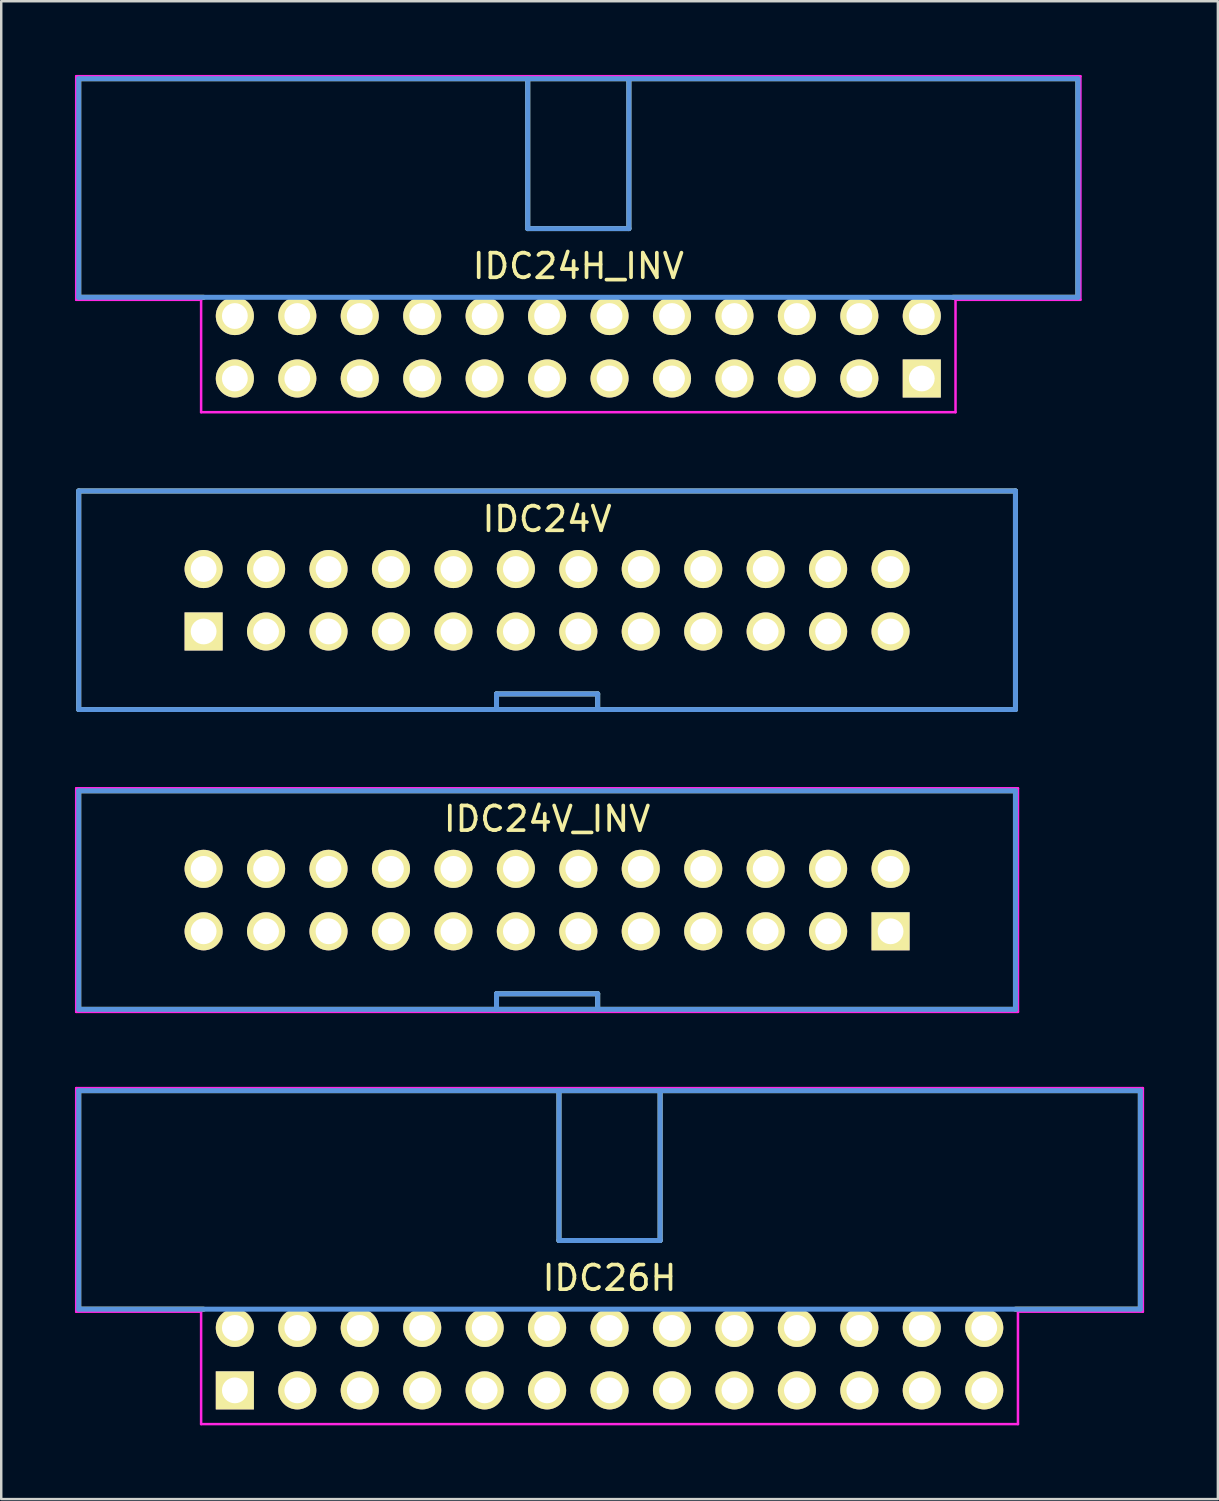
<source format=kicad_pcb>
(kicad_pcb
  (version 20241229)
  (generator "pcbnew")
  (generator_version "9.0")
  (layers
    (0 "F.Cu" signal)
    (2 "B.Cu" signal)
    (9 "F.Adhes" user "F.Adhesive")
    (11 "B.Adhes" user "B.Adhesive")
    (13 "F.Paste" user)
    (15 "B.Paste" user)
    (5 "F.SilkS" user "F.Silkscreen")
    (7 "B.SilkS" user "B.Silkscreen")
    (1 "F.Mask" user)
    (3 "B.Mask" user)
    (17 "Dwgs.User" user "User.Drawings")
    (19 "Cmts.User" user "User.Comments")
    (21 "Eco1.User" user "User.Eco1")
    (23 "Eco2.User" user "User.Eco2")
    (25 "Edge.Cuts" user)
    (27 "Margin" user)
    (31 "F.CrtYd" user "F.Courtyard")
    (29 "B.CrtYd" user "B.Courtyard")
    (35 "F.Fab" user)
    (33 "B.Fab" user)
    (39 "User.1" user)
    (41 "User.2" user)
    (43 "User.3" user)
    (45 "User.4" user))
  (footprint "IDC26H"
    (layer "F.Cu")
    (at 6.502 53.501)
    (property "Reference" "IDC26H" (at 15.24 -4.572 0) (layer "F.SilkS") (effects (font (size 1.001 1.001) (thickness 0.15))))
    (attr through_hole)
    (fp_line (start -6.35 -12.192) (end 36.83 -12.192) (stroke (width 0.203) (type solid)) (layer "F.SilkS"))
    (fp_line (start -6.35 -3.302) (end -6.35 -12.192) (stroke (width 0.203) (type solid)) (layer "F.SilkS"))
    (fp_line (start -6.35 -3.302) (end -1.27 -3.302) (stroke (width 0.203) (type solid)) (layer "F.SilkS"))
    (fp_line (start 13.183 -12.192) (end 13.183 -6.096) (stroke (width 0.203) (type solid)) (layer "F.SilkS"))
    (fp_line (start 13.183 -6.096) (end 17.297 -6.096) (stroke (width 0.203) (type solid)) (layer "F.SilkS"))
    (fp_line (start 17.297 -12.192) (end 17.297 -6.096) (stroke (width 0.203) (type solid)) (layer "F.SilkS"))
    (fp_line (start 36.83 -12.192) (end 36.83 -3.302) (stroke (width 0.203) (type solid)) (layer "F.SilkS"))
    (fp_line (start 36.83 -3.302) (end 31.75 -3.302) (stroke (width 0.203) (type solid)) (layer "F.SilkS"))
    (fp_line (start -6.35 -12.192) (end -6.35 -3.302) (stroke (width 0.203) (type solid)) (layer "Cmts.User"))
    (fp_line (start -6.35 -3.302) (end 36.83 -3.302) (stroke (width 0.203) (type solid)) (layer "Cmts.User"))
    (fp_line (start 13.183 -12.192) (end 13.183 -6.096) (stroke (width 0.203) (type solid)) (layer "Cmts.User"))
    (fp_line (start 13.183 -6.096) (end 17.297 -6.096) (stroke (width 0.203) (type solid)) (layer "Cmts.User"))
    (fp_line (start 17.297 -12.192) (end 17.297 -6.096) (stroke (width 0.203) (type solid)) (layer "Cmts.User"))
    (fp_line (start 36.83 -12.192) (end -6.35 -12.192) (stroke (width 0.203) (type solid)) (layer "Cmts.User"))
    (fp_line (start 36.83 -3.302) (end 36.83 -12.192) (stroke (width 0.203) (type solid)) (layer "Cmts.User"))
    (fp_line (start -6.452 -12.294) (end -6.452 -3.2) (stroke (width 0.102) (type solid)) (layer "F.CrtYd"))
    (fp_line (start -6.452 -3.2) (end -1.372 -3.2) (stroke (width 0.102) (type solid)) (layer "F.CrtYd"))
    (fp_line (start -1.372 -3.2) (end -1.372 1.372) (stroke (width 0.102) (type solid)) (layer "F.CrtYd"))
    (fp_line (start -1.372 1.372) (end 31.852 1.372) (stroke (width 0.102) (type solid)) (layer "F.CrtYd"))
    (fp_line (start 31.852 -3.2) (end 36.932 -3.2) (stroke (width 0.102) (type solid)) (layer "F.CrtYd"))
    (fp_line (start 31.852 1.372) (end 31.852 -3.2) (stroke (width 0.102) (type solid)) (layer "F.CrtYd"))
    (fp_line (start 36.932 -12.294) (end -6.452 -12.294) (stroke (width 0.102) (type solid)) (layer "F.CrtYd"))
    (fp_line (start 36.932 -3.2) (end 36.932 -12.294) (stroke (width 0.102) (type solid)) (layer "F.CrtYd"))
    (pad "1" thru_hole rect (at 0 0) (size 1.549 1.549) (drill 1.049) (layers "*.Cu" "*.Mask" "F.SilkS"))
    (pad "2" thru_hole circle (at 0 -2.54) (size 1.549 1.549) (drill 1.049) (layers "*.Cu" "*.Mask" "F.SilkS"))
    (pad "3" thru_hole circle (at 2.54 0) (size 1.549 1.549) (drill 1.049) (layers "*.Cu" "*.Mask" "F.SilkS"))
    (pad "4" thru_hole circle (at 2.54 -2.54) (size 1.549 1.549) (drill 1.049) (layers "*.Cu" "*.Mask" "F.SilkS"))
    (pad "5" thru_hole circle (at 5.08 0) (size 1.549 1.549) (drill 1.049) (layers "*.Cu" "*.Mask" "F.SilkS"))
    (pad "6" thru_hole circle (at 5.08 -2.54) (size 1.549 1.549) (drill 1.049) (layers "*.Cu" "*.Mask" "F.SilkS"))
    (pad "7" thru_hole circle (at 7.62 0) (size 1.549 1.549) (drill 1.049) (layers "*.Cu" "*.Mask" "F.SilkS"))
    (pad "8" thru_hole circle (at 7.62 -2.54) (size 1.549 1.549) (drill 1.049) (layers "*.Cu" "*.Mask" "F.SilkS"))
    (pad "9" thru_hole circle (at 10.16 0) (size 1.549 1.549) (drill 1.049) (layers "*.Cu" "*.Mask" "F.SilkS"))
    (pad "10" thru_hole circle (at 10.16 -2.54) (size 1.549 1.549) (drill 1.049) (layers "*.Cu" "*.Mask" "F.SilkS"))
    (pad "11" thru_hole circle (at 12.7 0) (size 1.549 1.549) (drill 1.049) (layers "*.Cu" "*.Mask" "F.SilkS"))
    (pad "12" thru_hole circle (at 12.7 -2.54) (size 1.549 1.549) (drill 1.049) (layers "*.Cu" "*.Mask" "F.SilkS"))
    (pad "13" thru_hole circle (at 15.24 0) (size 1.549 1.549) (drill 1.049) (layers "*.Cu" "*.Mask" "F.SilkS"))
    (pad "14" thru_hole circle (at 15.24 -2.54) (size 1.549 1.549) (drill 1.049) (layers "*.Cu" "*.Mask" "F.SilkS"))
    (pad "15" thru_hole circle (at 17.78 0) (size 1.549 1.549) (drill 1.049) (layers "*.Cu" "*.Mask" "F.SilkS"))
    (pad "16" thru_hole circle (at 17.78 -2.54) (size 1.549 1.549) (drill 1.049) (layers "*.Cu" "*.Mask" "F.SilkS"))
    (pad "17" thru_hole circle (at 20.32 0) (size 1.549 1.549) (drill 1.049) (layers "*.Cu" "*.Mask" "F.SilkS"))
    (pad "18" thru_hole circle (at 20.32 -2.54) (size 1.549 1.549) (drill 1.049) (layers "*.Cu" "*.Mask" "F.SilkS"))
    (pad "19" thru_hole circle (at 22.86 0) (size 1.549 1.549) (drill 1.049) (layers "*.Cu" "*.Mask" "F.SilkS"))
    (pad "20" thru_hole circle (at 22.86 -2.54) (size 1.549 1.549) (drill 1.049) (layers "*.Cu" "*.Mask" "F.SilkS"))
    (pad "21" thru_hole circle (at 25.4 0) (size 1.549 1.549) (drill 1.049) (layers "*.Cu" "*.Mask" "F.SilkS"))
    (pad "22" thru_hole circle (at 25.4 -2.54) (size 1.549 1.549) (drill 1.049) (layers "*.Cu" "*.Mask" "F.SilkS"))
    (pad "23" thru_hole circle (at 27.94 0) (size 1.549 1.549) (drill 1.049) (layers "*.Cu" "*.Mask" "F.SilkS"))
    (pad "24" thru_hole circle (at 27.94 -2.54) (size 1.549 1.549) (drill 1.049) (layers "*.Cu" "*.Mask" "F.SilkS"))
    (pad "25" thru_hole circle (at 30.48 0) (size 1.549 1.549) (drill 1.049) (layers "*.Cu" "*.Mask" "F.SilkS"))
    (pad "26" thru_hole circle (at 30.48 -2.54) (size 1.549 1.549) (drill 1.049) (layers "*.Cu" "*.Mask" "F.SilkS")))
  (footprint "IDC24H_INV"
    (layer "F.Cu")
    (at 6.502 12.344)
    (property "Reference" "IDC24H_INV" (at 13.97 -4.572 0) (layer "F.SilkS") (effects (font (size 1.001 1.001) (thickness 0.15))))
    (attr through_hole)
    (fp_line (start -6.35 -12.192) (end 34.29 -12.192) (stroke (width 0.203) (type solid)) (layer "F.SilkS"))
    (fp_line (start -6.35 -3.302) (end -6.35 -12.192) (stroke (width 0.203) (type solid)) (layer "F.SilkS"))
    (fp_line (start -6.35 -3.302) (end -1.27 -3.302) (stroke (width 0.203) (type solid)) (layer "F.SilkS"))
    (fp_line (start 11.913 -12.192) (end 11.913 -6.096) (stroke (width 0.203) (type solid)) (layer "F.SilkS"))
    (fp_line (start 11.913 -6.096) (end 16.027 -6.096) (stroke (width 0.203) (type solid)) (layer "F.SilkS"))
    (fp_line (start 16.027 -12.192) (end 16.027 -6.096) (stroke (width 0.203) (type solid)) (layer "F.SilkS"))
    (fp_line (start 34.29 -12.192) (end 34.29 -3.302) (stroke (width 0.203) (type solid)) (layer "F.SilkS"))
    (fp_line (start 34.29 -3.302) (end 29.21 -3.302) (stroke (width 0.203) (type solid)) (layer "F.SilkS"))
    (fp_line (start -6.35 -12.192) (end -6.35 -3.302) (stroke (width 0.203) (type solid)) (layer "Cmts.User"))
    (fp_line (start -6.35 -3.302) (end 34.29 -3.302) (stroke (width 0.203) (type solid)) (layer "Cmts.User"))
    (fp_line (start 11.913 -12.192) (end 11.913 -6.096) (stroke (width 0.203) (type solid)) (layer "Cmts.User"))
    (fp_line (start 11.913 -6.096) (end 16.027 -6.096) (stroke (width 0.203) (type solid)) (layer "Cmts.User"))
    (fp_line (start 16.027 -12.192) (end 16.027 -6.096) (stroke (width 0.203) (type solid)) (layer "Cmts.User"))
    (fp_line (start 34.29 -12.192) (end -6.35 -12.192) (stroke (width 0.203) (type solid)) (layer "Cmts.User"))
    (fp_line (start 34.29 -3.302) (end 34.29 -12.192) (stroke (width 0.203) (type solid)) (layer "Cmts.User"))
    (fp_line (start -6.452 -12.294) (end -6.452 -3.2) (stroke (width 0.102) (type solid)) (layer "F.CrtYd"))
    (fp_line (start -6.452 -3.2) (end -1.372 -3.2) (stroke (width 0.102) (type solid)) (layer "F.CrtYd"))
    (fp_line (start -1.372 -3.2) (end -1.372 1.372) (stroke (width 0.102) (type solid)) (layer "F.CrtYd"))
    (fp_line (start -1.372 1.372) (end 29.312 1.372) (stroke (width 0.102) (type solid)) (layer "F.CrtYd"))
    (fp_line (start 29.312 -3.2) (end 34.392 -3.2) (stroke (width 0.102) (type solid)) (layer "F.CrtYd"))
    (fp_line (start 29.312 1.372) (end 29.312 -3.2) (stroke (width 0.102) (type solid)) (layer "F.CrtYd"))
    (fp_line (start 34.392 -12.294) (end -6.452 -12.294) (stroke (width 0.102) (type solid)) (layer "F.CrtYd"))
    (fp_line (start 34.392 -3.2) (end 34.392 -12.294) (stroke (width 0.102) (type solid)) (layer "F.CrtYd"))
    (pad "1" thru_hole rect (at 27.94 0) (size 1.549 1.549) (drill 1.049) (layers "*.Cu" "*.Mask" "F.SilkS"))
    (pad "2" thru_hole circle (at 27.94 -2.54) (size 1.549 1.549) (drill 1.049) (layers "*.Cu" "*.Mask" "F.SilkS"))
    (pad "3" thru_hole circle (at 25.4 0) (size 1.549 1.549) (drill 1.049) (layers "*.Cu" "*.Mask" "F.SilkS"))
    (pad "4" thru_hole circle (at 25.4 -2.54) (size 1.549 1.549) (drill 1.049) (layers "*.Cu" "*.Mask" "F.SilkS"))
    (pad "5" thru_hole circle (at 22.86 0) (size 1.549 1.549) (drill 1.049) (layers "*.Cu" "*.Mask" "F.SilkS"))
    (pad "6" thru_hole circle (at 22.86 -2.54) (size 1.549 1.549) (drill 1.049) (layers "*.Cu" "*.Mask" "F.SilkS"))
    (pad "7" thru_hole circle (at 20.32 0) (size 1.549 1.549) (drill 1.049) (layers "*.Cu" "*.Mask" "F.SilkS"))
    (pad "8" thru_hole circle (at 20.32 -2.54) (size 1.549 1.549) (drill 1.049) (layers "*.Cu" "*.Mask" "F.SilkS"))
    (pad "9" thru_hole circle (at 17.78 0) (size 1.549 1.549) (drill 1.049) (layers "*.Cu" "*.Mask" "F.SilkS"))
    (pad "10" thru_hole circle (at 17.78 -2.54) (size 1.549 1.549) (drill 1.049) (layers "*.Cu" "*.Mask" "F.SilkS"))
    (pad "11" thru_hole circle (at 15.24 0) (size 1.549 1.549) (drill 1.049) (layers "*.Cu" "*.Mask" "F.SilkS"))
    (pad "12" thru_hole circle (at 15.24 -2.54) (size 1.549 1.549) (drill 1.049) (layers "*.Cu" "*.Mask" "F.SilkS"))
    (pad "13" thru_hole circle (at 12.7 0) (size 1.549 1.549) (drill 1.049) (layers "*.Cu" "*.Mask" "F.SilkS"))
    (pad "14" thru_hole circle (at 12.7 -2.54) (size 1.549 1.549) (drill 1.049) (layers "*.Cu" "*.Mask" "F.SilkS"))
    (pad "15" thru_hole circle (at 10.16 0) (size 1.549 1.549) (drill 1.049) (layers "*.Cu" "*.Mask" "F.SilkS"))
    (pad "16" thru_hole circle (at 10.16 -2.54) (size 1.549 1.549) (drill 1.049) (layers "*.Cu" "*.Mask" "F.SilkS"))
    (pad "17" thru_hole circle (at 7.62 0) (size 1.549 1.549) (drill 1.049) (layers "*.Cu" "*.Mask" "F.SilkS"))
    (pad "18" thru_hole circle (at 7.62 -2.54) (size 1.549 1.549) (drill 1.049) (layers "*.Cu" "*.Mask" "F.SilkS"))
    (pad "19" thru_hole circle (at 5.08 0) (size 1.549 1.549) (drill 1.049) (layers "*.Cu" "*.Mask" "F.SilkS"))
    (pad "20" thru_hole circle (at 5.08 -2.54) (size 1.549 1.549) (drill 1.049) (layers "*.Cu" "*.Mask" "F.SilkS"))
    (pad "21" thru_hole circle (at 2.54 0) (size 1.549 1.549) (drill 1.049) (layers "*.Cu" "*.Mask" "F.SilkS"))
    (pad "22" thru_hole circle (at 2.54 -2.54) (size 1.549 1.549) (drill 1.049) (layers "*.Cu" "*.Mask" "F.SilkS"))
    (pad "23" thru_hole circle (at 0 0) (size 1.549 1.549) (drill 1.049) (layers "*.Cu" "*.Mask" "F.SilkS"))
    (pad "24" thru_hole circle (at 0 -2.54) (size 1.549 1.549) (drill 1.049) (layers "*.Cu" "*.Mask" "F.SilkS")))
  (footprint "IDC24V"
    (layer "F.Cu")
    (at 5.232 22.634)
    (property "Reference" "IDC24V" (at 13.97 -4.572 0) (layer "F.SilkS") (effects (font (size 1.001 1.001) (thickness 0.15))))
    (attr through_hole)
    (fp_line (start -5.08 -5.715) (end 33.02 -5.715) (stroke (width 0.203) (type solid)) (layer "F.SilkS"))
    (fp_line (start -5.08 3.175) (end -5.08 -5.715) (stroke (width 0.203) (type solid)) (layer "F.SilkS"))
    (fp_line (start 11.913 2.54) (end 16.027 2.54) (stroke (width 0.203) (type solid)) (layer "F.SilkS"))
    (fp_line (start 11.913 3.175) (end 11.913 2.54) (stroke (width 0.203) (type solid)) (layer "F.SilkS"))
    (fp_line (start 16.027 3.175) (end 16.027 2.54) (stroke (width 0.203) (type solid)) (layer "F.SilkS"))
    (fp_line (start 33.02 -5.715) (end 33.02 3.175) (stroke (width 0.203) (type solid)) (layer "F.SilkS"))
    (fp_line (start 33.02 3.175) (end -5.08 3.175) (stroke (width 0.203) (type solid)) (layer "F.SilkS"))
    (fp_line (start -5.08 -5.715) (end 33.02 -5.715) (stroke (width 0.203) (type solid)) (layer "Cmts.User"))
    (fp_line (start -5.08 3.175) (end -5.08 -5.715) (stroke (width 0.203) (type solid)) (layer "Cmts.User"))
    (fp_line (start 11.913 2.54) (end 16.027 2.54) (stroke (width 0.203) (type solid)) (layer "Cmts.User"))
    (fp_line (start 11.913 3.175) (end 11.913 2.54) (stroke (width 0.203) (type solid)) (layer "Cmts.User"))
    (fp_line (start 16.027 3.175) (end 16.027 2.54) (stroke (width 0.203) (type solid)) (layer "Cmts.User"))
    (fp_line (start 33.02 -5.715) (end 33.02 3.175) (stroke (width 0.203) (type solid)) (layer "Cmts.User"))
    (fp_line (start 33.02 3.175) (end -5.08 3.175) (stroke (width 0.203) (type solid)) (layer "Cmts.User"))
    (fp_line (start -5.182 -5.817) (end 33.122 -5.817) (stroke (width 0.102) (type solid)) (layer "Eco1.User"))
    (fp_line (start -5.182 3.277) (end -5.182 -5.817) (stroke (width 0.102) (type solid)) (layer "Eco1.User"))
    (fp_line (start 33.122 -5.817) (end 33.122 3.277) (stroke (width 0.102) (type solid)) (layer "Eco1.User"))
    (fp_line (start 33.122 3.277) (end -5.182 3.277) (stroke (width 0.102) (type solid)) (layer "Eco1.User"))
    (pad "1" thru_hole rect (at 0 0) (size 1.549 1.549) (drill 1.049) (layers "*.Cu" "*.Mask" "F.SilkS"))
    (pad "2" thru_hole circle (at 0 -2.54) (size 1.549 1.549) (drill 1.049) (layers "*.Cu" "*.Mask" "F.SilkS"))
    (pad "3" thru_hole circle (at 2.54 0) (size 1.549 1.549) (drill 1.049) (layers "*.Cu" "*.Mask" "F.SilkS"))
    (pad "4" thru_hole circle (at 2.54 -2.54) (size 1.549 1.549) (drill 1.049) (layers "*.Cu" "*.Mask" "F.SilkS"))
    (pad "5" thru_hole circle (at 5.08 0) (size 1.549 1.549) (drill 1.049) (layers "*.Cu" "*.Mask" "F.SilkS"))
    (pad "6" thru_hole circle (at 5.08 -2.54) (size 1.549 1.549) (drill 1.049) (layers "*.Cu" "*.Mask" "F.SilkS"))
    (pad "7" thru_hole circle (at 7.62 0) (size 1.549 1.549) (drill 1.049) (layers "*.Cu" "*.Mask" "F.SilkS"))
    (pad "8" thru_hole circle (at 7.62 -2.54) (size 1.549 1.549) (drill 1.049) (layers "*.Cu" "*.Mask" "F.SilkS"))
    (pad "9" thru_hole circle (at 10.16 0) (size 1.549 1.549) (drill 1.049) (layers "*.Cu" "*.Mask" "F.SilkS"))
    (pad "10" thru_hole circle (at 10.16 -2.54) (size 1.549 1.549) (drill 1.049) (layers "*.Cu" "*.Mask" "F.SilkS"))
    (pad "11" thru_hole circle (at 12.7 0) (size 1.549 1.549) (drill 1.049) (layers "*.Cu" "*.Mask" "F.SilkS"))
    (pad "12" thru_hole circle (at 12.7 -2.54) (size 1.549 1.549) (drill 1.049) (layers "*.Cu" "*.Mask" "F.SilkS"))
    (pad "13" thru_hole circle (at 15.24 0) (size 1.549 1.549) (drill 1.049) (layers "*.Cu" "*.Mask" "F.SilkS"))
    (pad "14" thru_hole circle (at 15.24 -2.54) (size 1.549 1.549) (drill 1.049) (layers "*.Cu" "*.Mask" "F.SilkS"))
    (pad "15" thru_hole circle (at 17.78 0) (size 1.549 1.549) (drill 1.049) (layers "*.Cu" "*.Mask" "F.SilkS"))
    (pad "16" thru_hole circle (at 17.78 -2.54) (size 1.549 1.549) (drill 1.049) (layers "*.Cu" "*.Mask" "F.SilkS"))
    (pad "17" thru_hole circle (at 20.32 0) (size 1.549 1.549) (drill 1.049) (layers "*.Cu" "*.Mask" "F.SilkS"))
    (pad "18" thru_hole circle (at 20.32 -2.54) (size 1.549 1.549) (drill 1.049) (layers "*.Cu" "*.Mask" "F.SilkS"))
    (pad "19" thru_hole circle (at 22.86 0) (size 1.549 1.549) (drill 1.049) (layers "*.Cu" "*.Mask" "F.SilkS"))
    (pad "20" thru_hole circle (at 22.86 -2.54) (size 1.549 1.549) (drill 1.049) (layers "*.Cu" "*.Mask" "F.SilkS"))
    (pad "21" thru_hole circle (at 25.4 0) (size 1.549 1.549) (drill 1.049) (layers "*.Cu" "*.Mask" "F.SilkS"))
    (pad "22" thru_hole circle (at 25.4 -2.54) (size 1.549 1.549) (drill 1.049) (layers "*.Cu" "*.Mask" "F.SilkS"))
    (pad "23" thru_hole circle (at 27.94 0) (size 1.549 1.549) (drill 1.049) (layers "*.Cu" "*.Mask" "F.SilkS"))
    (pad "24" thru_hole circle (at 27.94 -2.54) (size 1.549 1.549) (drill 1.049) (layers "*.Cu" "*.Mask" "F.SilkS")))
  (footprint "IDC24V_INV"
    (layer "F.Cu")
    (at 5.232 34.829)
    (property "Reference" "IDC24V_INV" (at 13.97 -4.572 0) (layer "F.SilkS") (effects (font (size 1.001 1.001) (thickness 0.15))))
    (attr through_hole)
    (fp_line (start -5.08 -5.715) (end 33.02 -5.715) (stroke (width 0.203) (type solid)) (layer "F.SilkS"))
    (fp_line (start -5.08 3.175) (end -5.08 -5.715) (stroke (width 0.203) (type solid)) (layer "F.SilkS"))
    (fp_line (start 11.913 2.54) (end 16.027 2.54) (stroke (width 0.203) (type solid)) (layer "F.SilkS"))
    (fp_line (start 11.913 3.175) (end 11.913 2.54) (stroke (width 0.203) (type solid)) (layer "F.SilkS"))
    (fp_line (start 16.027 3.175) (end 16.027 2.54) (stroke (width 0.203) (type solid)) (layer "F.SilkS"))
    (fp_line (start 33.02 -5.715) (end 33.02 3.175) (stroke (width 0.203) (type solid)) (layer "F.SilkS"))
    (fp_line (start 33.02 3.175) (end -5.08 3.175) (stroke (width 0.203) (type solid)) (layer "F.SilkS"))
    (fp_line (start -5.08 -5.715) (end 33.02 -5.715) (stroke (width 0.203) (type solid)) (layer "Cmts.User"))
    (fp_line (start -5.08 3.175) (end -5.08 -5.715) (stroke (width 0.203) (type solid)) (layer "Cmts.User"))
    (fp_line (start 11.913 2.54) (end 16.027 2.54) (stroke (width 0.203) (type solid)) (layer "Cmts.User"))
    (fp_line (start 11.913 3.175) (end 11.913 2.54) (stroke (width 0.203) (type solid)) (layer "Cmts.User"))
    (fp_line (start 16.027 3.175) (end 16.027 2.54) (stroke (width 0.203) (type solid)) (layer "Cmts.User"))
    (fp_line (start 33.02 -5.715) (end 33.02 3.175) (stroke (width 0.203) (type solid)) (layer "Cmts.User"))
    (fp_line (start 33.02 3.175) (end -5.08 3.175) (stroke (width 0.203) (type solid)) (layer "Cmts.User"))
    (fp_line (start -5.182 -5.817) (end 33.122 -5.817) (stroke (width 0.102) (type solid)) (layer "F.CrtYd"))
    (fp_line (start -5.182 3.277) (end -5.182 -5.817) (stroke (width 0.102) (type solid)) (layer "F.CrtYd"))
    (fp_line (start 33.122 -5.817) (end 33.122 3.277) (stroke (width 0.102) (type solid)) (layer "F.CrtYd"))
    (fp_line (start 33.122 3.277) (end -5.182 3.277) (stroke (width 0.102) (type solid)) (layer "F.CrtYd"))
    (pad "1" thru_hole rect (at 27.94 0) (size 1.549 1.549) (drill 1.049) (layers "*.Cu" "*.Mask" "F.SilkS"))
    (pad "2" thru_hole circle (at 27.94 -2.54) (size 1.549 1.549) (drill 1.049) (layers "*.Cu" "*.Mask" "F.SilkS"))
    (pad "3" thru_hole circle (at 25.4 0) (size 1.549 1.549) (drill 1.049) (layers "*.Cu" "*.Mask" "F.SilkS"))
    (pad "4" thru_hole circle (at 25.4 -2.54) (size 1.549 1.549) (drill 1.049) (layers "*.Cu" "*.Mask" "F.SilkS"))
    (pad "5" thru_hole circle (at 22.86 0) (size 1.549 1.549) (drill 1.049) (layers "*.Cu" "*.Mask" "F.SilkS"))
    (pad "6" thru_hole circle (at 22.86 -2.54) (size 1.549 1.549) (drill 1.049) (layers "*.Cu" "*.Mask" "F.SilkS"))
    (pad "7" thru_hole circle (at 20.32 0) (size 1.549 1.549) (drill 1.049) (layers "*.Cu" "*.Mask" "F.SilkS"))
    (pad "8" thru_hole circle (at 20.32 -2.54) (size 1.549 1.549) (drill 1.049) (layers "*.Cu" "*.Mask" "F.SilkS"))
    (pad "9" thru_hole circle (at 17.78 0) (size 1.549 1.549) (drill 1.049) (layers "*.Cu" "*.Mask" "F.SilkS"))
    (pad "10" thru_hole circle (at 17.78 -2.54) (size 1.549 1.549) (drill 1.049) (layers "*.Cu" "*.Mask" "F.SilkS"))
    (pad "11" thru_hole circle (at 15.24 0) (size 1.549 1.549) (drill 1.049) (layers "*.Cu" "*.Mask" "F.SilkS"))
    (pad "12" thru_hole circle (at 15.24 -2.54) (size 1.549 1.549) (drill 1.049) (layers "*.Cu" "*.Mask" "F.SilkS"))
    (pad "13" thru_hole circle (at 12.7 0) (size 1.549 1.549) (drill 1.049) (layers "*.Cu" "*.Mask" "F.SilkS"))
    (pad "14" thru_hole circle (at 12.7 -2.54) (size 1.549 1.549) (drill 1.049) (layers "*.Cu" "*.Mask" "F.SilkS"))
    (pad "15" thru_hole circle (at 10.16 0) (size 1.549 1.549) (drill 1.049) (layers "*.Cu" "*.Mask" "F.SilkS"))
    (pad "16" thru_hole circle (at 10.16 -2.54) (size 1.549 1.549) (drill 1.049) (layers "*.Cu" "*.Mask" "F.SilkS"))
    (pad "17" thru_hole circle (at 7.62 0) (size 1.549 1.549) (drill 1.049) (layers "*.Cu" "*.Mask" "F.SilkS"))
    (pad "18" thru_hole circle (at 7.62 -2.54) (size 1.549 1.549) (drill 1.049) (layers "*.Cu" "*.Mask" "F.SilkS"))
    (pad "19" thru_hole circle (at 5.08 0) (size 1.549 1.549) (drill 1.049) (layers "*.Cu" "*.Mask" "F.SilkS"))
    (pad "20" thru_hole circle (at 5.08 -2.54) (size 1.549 1.549) (drill 1.049) (layers "*.Cu" "*.Mask" "F.SilkS"))
    (pad "21" thru_hole circle (at 2.54 0) (size 1.549 1.549) (drill 1.049) (layers "*.Cu" "*.Mask" "F.SilkS"))
    (pad "22" thru_hole circle (at 2.54 -2.54) (size 1.549 1.549) (drill 1.049) (layers "*.Cu" "*.Mask" "F.SilkS"))
    (pad "23" thru_hole circle (at 0 0) (size 1.549 1.549) (drill 1.049) (layers "*.Cu" "*.Mask" "F.SilkS"))
    (pad "24" thru_hole circle (at 0 -2.54) (size 1.549 1.549) (drill 1.049) (layers "*.Cu" "*.Mask" "F.SilkS")))
  (gr_rect
    (start -3 -3)
    (end 46.485 57.923)
    (stroke (width 0.1) (type default))
    (fill no)
    (layer "Edge.Cuts")))
</source>
